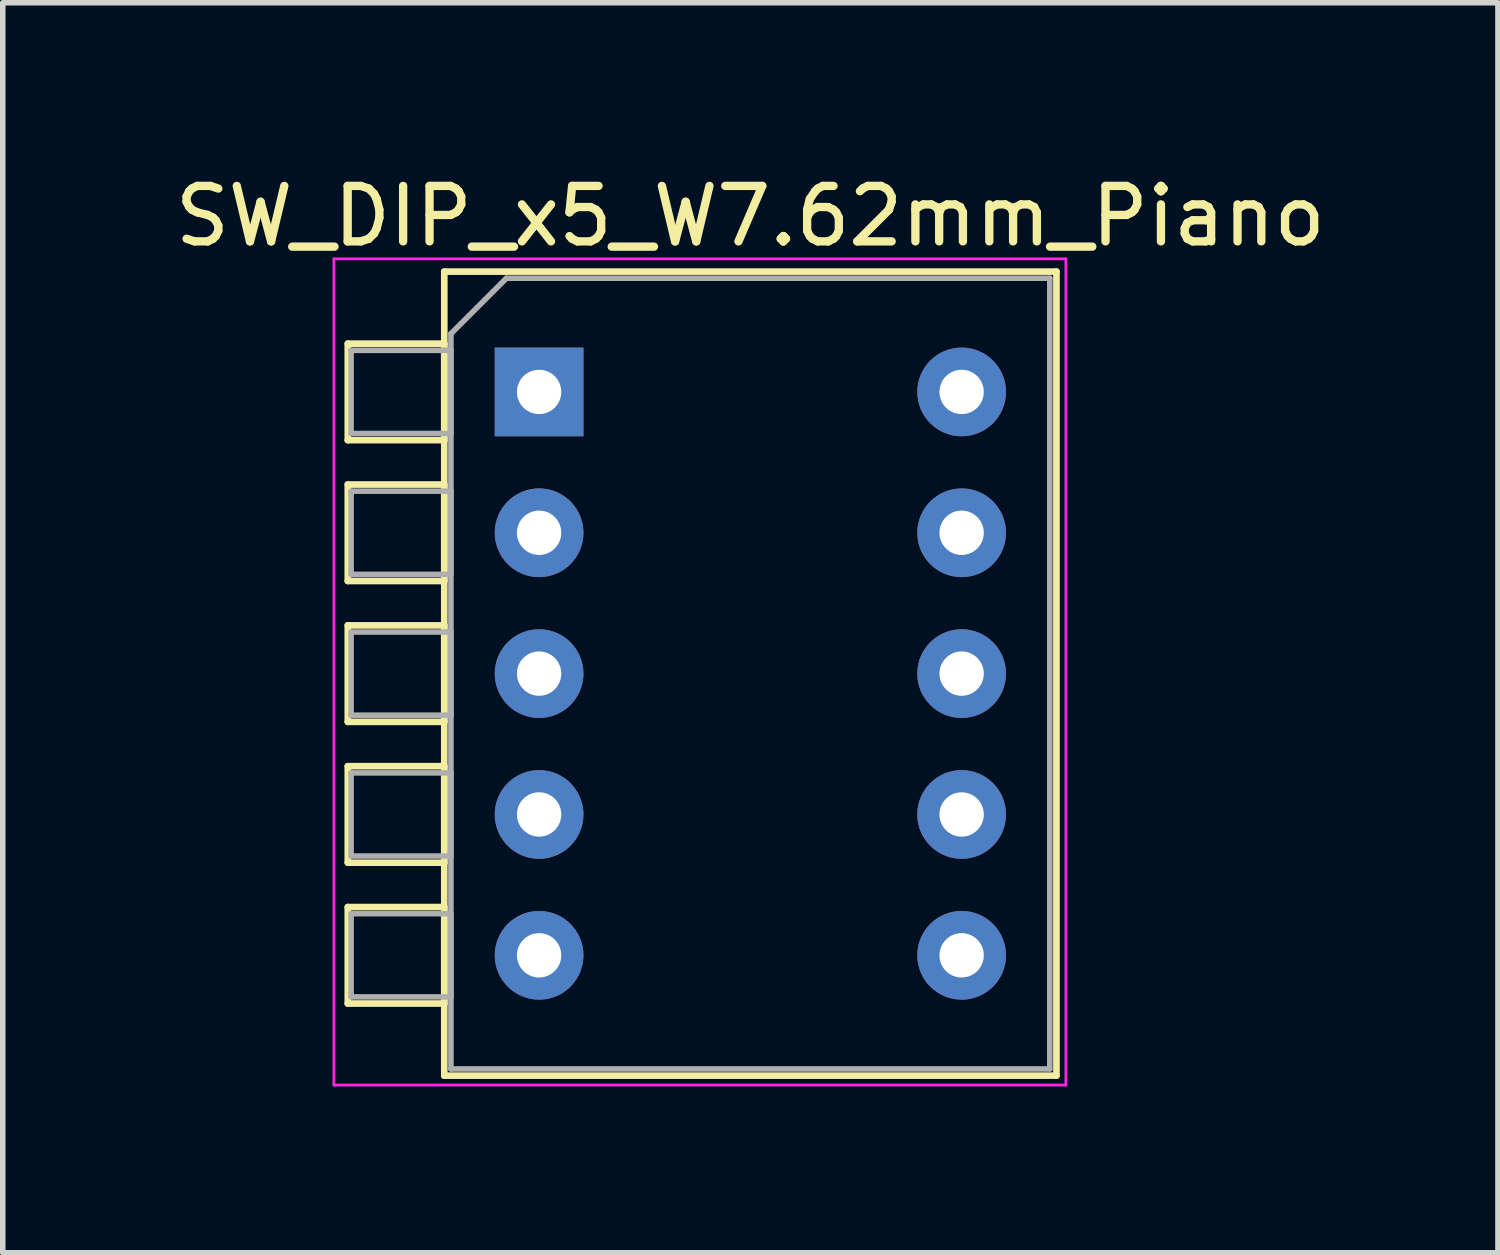
<source format=kicad_pcb>
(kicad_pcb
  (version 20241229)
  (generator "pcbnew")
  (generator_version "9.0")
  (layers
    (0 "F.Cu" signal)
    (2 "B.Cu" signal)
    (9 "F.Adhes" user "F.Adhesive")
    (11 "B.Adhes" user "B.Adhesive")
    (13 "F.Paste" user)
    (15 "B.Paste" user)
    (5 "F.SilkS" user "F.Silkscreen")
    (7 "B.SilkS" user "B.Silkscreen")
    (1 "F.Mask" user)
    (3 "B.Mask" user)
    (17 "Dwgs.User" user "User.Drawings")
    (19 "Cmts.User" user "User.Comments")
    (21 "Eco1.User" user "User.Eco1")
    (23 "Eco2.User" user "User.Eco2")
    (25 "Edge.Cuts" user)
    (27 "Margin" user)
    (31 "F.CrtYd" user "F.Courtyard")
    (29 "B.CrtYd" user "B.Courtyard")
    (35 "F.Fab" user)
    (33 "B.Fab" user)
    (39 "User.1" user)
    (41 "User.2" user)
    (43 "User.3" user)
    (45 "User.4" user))
  (footprint "SW_DIP_x5_W7.62mm_Piano"
    (layer "F.Cu")
    (at 6.672 4.018)
    (property "Reference" "SW_DIP_x5_W7.62mm_Piano" (at 3.81 -3.17 0) (layer "F.SilkS") (effects (font (size 1 1) (thickness 0.15))))
    (attr through_hole)
    (fp_line (start -3.45 -0.87) (end -3.45 0.87) (stroke (width 0.12) (type solid)) (layer "F.SilkS"))
    (fp_line (start -3.45 0.87) (end -1.71 0.87) (stroke (width 0.12) (type solid)) (layer "F.SilkS"))
    (fp_line (start -3.45 1.67) (end -3.45 3.41) (stroke (width 0.12) (type solid)) (layer "F.SilkS"))
    (fp_line (start -3.45 3.41) (end -1.71 3.41) (stroke (width 0.12) (type solid)) (layer "F.SilkS"))
    (fp_line (start -3.45 4.21) (end -3.45 5.95) (stroke (width 0.12) (type solid)) (layer "F.SilkS"))
    (fp_line (start -3.45 5.95) (end -1.71 5.95) (stroke (width 0.12) (type solid)) (layer "F.SilkS"))
    (fp_line (start -3.45 6.75) (end -3.45 8.49) (stroke (width 0.12) (type solid)) (layer "F.SilkS"))
    (fp_line (start -3.45 8.49) (end -1.71 8.49) (stroke (width 0.12) (type solid)) (layer "F.SilkS"))
    (fp_line (start -3.45 9.29) (end -3.45 11.03) (stroke (width 0.12) (type solid)) (layer "F.SilkS"))
    (fp_line (start -3.45 11.03) (end -1.71 11.03) (stroke (width 0.12) (type solid)) (layer "F.SilkS"))
    (fp_line (start -1.71 -2.17) (end 9.33 -2.17) (stroke (width 0.12) (type solid)) (layer "F.SilkS"))
    (fp_line (start -1.71 -0.87) (end -3.45 -0.87) (stroke (width 0.12) (type solid)) (layer "F.SilkS"))
    (fp_line (start -1.71 0.87) (end -1.71 -0.87) (stroke (width 0.12) (type solid)) (layer "F.SilkS"))
    (fp_line (start -1.71 1.67) (end -3.45 1.67) (stroke (width 0.12) (type solid)) (layer "F.SilkS"))
    (fp_line (start -1.71 3.41) (end -1.71 1.67) (stroke (width 0.12) (type solid)) (layer "F.SilkS"))
    (fp_line (start -1.71 4.21) (end -3.45 4.21) (stroke (width 0.12) (type solid)) (layer "F.SilkS"))
    (fp_line (start -1.71 5.95) (end -1.71 4.21) (stroke (width 0.12) (type solid)) (layer "F.SilkS"))
    (fp_line (start -1.71 6.75) (end -3.45 6.75) (stroke (width 0.12) (type solid)) (layer "F.SilkS"))
    (fp_line (start -1.71 8.49) (end -1.71 6.75) (stroke (width 0.12) (type solid)) (layer "F.SilkS"))
    (fp_line (start -1.71 9.29) (end -3.45 9.29) (stroke (width 0.12) (type solid)) (layer "F.SilkS"))
    (fp_line (start -1.71 11.03) (end -1.71 9.29) (stroke (width 0.12) (type solid)) (layer "F.SilkS"))
    (fp_line (start -1.71 12.33) (end -1.71 -2.17) (stroke (width 0.12) (type solid)) (layer "F.SilkS"))
    (fp_line (start 9.33 -2.17) (end 9.33 12.33) (stroke (width 0.12) (type solid)) (layer "F.SilkS"))
    (fp_line (start 9.33 12.33) (end -1.71 12.33) (stroke (width 0.12) (type solid)) (layer "F.SilkS"))
    (fp_line (start -3.7 -2.4) (end -3.7 12.5) (stroke (width 0.05) (type solid)) (layer "F.CrtYd"))
    (fp_line (start -3.7 12.5) (end 9.5 12.5) (stroke (width 0.05) (type solid)) (layer "F.CrtYd"))
    (fp_line (start 9.5 -2.4) (end -3.7 -2.4) (stroke (width 0.05) (type solid)) (layer "F.CrtYd"))
    (fp_line (start 9.5 12.5) (end 9.5 -2.4) (stroke (width 0.05) (type solid)) (layer "F.CrtYd"))
    (fp_line (start -3.39 -0.75) (end -1.59 -0.75) (stroke (width 0.1) (type solid)) (layer "F.Fab"))
    (fp_line (start -3.39 0.75) (end -3.39 -0.75) (stroke (width 0.1) (type solid)) (layer "F.Fab"))
    (fp_line (start -3.39 1.79) (end -1.59 1.79) (stroke (width 0.1) (type solid)) (layer "F.Fab"))
    (fp_line (start -3.39 3.29) (end -3.39 1.79) (stroke (width 0.1) (type solid)) (layer "F.Fab"))
    (fp_line (start -3.39 4.33) (end -1.59 4.33) (stroke (width 0.1) (type solid)) (layer "F.Fab"))
    (fp_line (start -3.39 5.83) (end -3.39 4.33) (stroke (width 0.1) (type solid)) (layer "F.Fab"))
    (fp_line (start -3.39 6.87) (end -1.59 6.87) (stroke (width 0.1) (type solid)) (layer "F.Fab"))
    (fp_line (start -3.39 8.37) (end -3.39 6.87) (stroke (width 0.1) (type solid)) (layer "F.Fab"))
    (fp_line (start -3.39 9.41) (end -1.59 9.41) (stroke (width 0.1) (type solid)) (layer "F.Fab"))
    (fp_line (start -3.39 10.91) (end -3.39 9.41) (stroke (width 0.1) (type solid)) (layer "F.Fab"))
    (fp_line (start -1.59 -1.05) (end -0.59 -2.05) (stroke (width 0.1) (type solid)) (layer "F.Fab"))
    (fp_line (start -1.59 -0.75) (end -1.59 0.75) (stroke (width 0.1) (type solid)) (layer "F.Fab"))
    (fp_line (start -1.59 0.75) (end -3.39 0.75) (stroke (width 0.1) (type solid)) (layer "F.Fab"))
    (fp_line (start -1.59 1.79) (end -1.59 3.29) (stroke (width 0.1) (type solid)) (layer "F.Fab"))
    (fp_line (start -1.59 3.29) (end -3.39 3.29) (stroke (width 0.1) (type solid)) (layer "F.Fab"))
    (fp_line (start -1.59 4.33) (end -1.59 5.83) (stroke (width 0.1) (type solid)) (layer "F.Fab"))
    (fp_line (start -1.59 5.83) (end -3.39 5.83) (stroke (width 0.1) (type solid)) (layer "F.Fab"))
    (fp_line (start -1.59 6.87) (end -1.59 8.37) (stroke (width 0.1) (type solid)) (layer "F.Fab"))
    (fp_line (start -1.59 8.37) (end -3.39 8.37) (stroke (width 0.1) (type solid)) (layer "F.Fab"))
    (fp_line (start -1.59 9.41) (end -1.59 10.91) (stroke (width 0.1) (type solid)) (layer "F.Fab"))
    (fp_line (start -1.59 10.91) (end -3.39 10.91) (stroke (width 0.1) (type solid)) (layer "F.Fab"))
    (fp_line (start -1.59 12.21) (end -1.59 -1.05) (stroke (width 0.1) (type solid)) (layer "F.Fab"))
    (fp_line (start -0.59 -2.05) (end 9.21 -2.05) (stroke (width 0.1) (type solid)) (layer "F.Fab"))
    (fp_line (start 9.21 -2.05) (end 9.21 12.21) (stroke (width 0.1) (type solid)) (layer "F.Fab"))
    (fp_line (start 9.21 12.21) (end -1.59 12.21) (stroke (width 0.1) (type solid)) (layer "F.Fab"))
    (pad "1" thru_hole rect (at 0 0) (size 1.6 1.6) (drill 0.8) (layers "*.Cu" "*.Mask"))
    (pad "2" thru_hole oval (at 0 2.54) (size 1.6 1.6) (drill 0.8) (layers "*.Cu" "*.Mask"))
    (pad "3" thru_hole oval (at 0 5.08) (size 1.6 1.6) (drill 0.8) (layers "*.Cu" "*.Mask"))
    (pad "4" thru_hole oval (at 0 7.62) (size 1.6 1.6) (drill 0.8) (layers "*.Cu" "*.Mask"))
    (pad "5" thru_hole oval (at 0 10.16) (size 1.6 1.6) (drill 0.8) (layers "*.Cu" "*.Mask"))
    (pad "6" thru_hole oval (at 7.62 10.16) (size 1.6 1.6) (drill 0.8) (layers "*.Cu" "*.Mask"))
    (pad "7" thru_hole oval (at 7.62 7.62) (size 1.6 1.6) (drill 0.8) (layers "*.Cu" "*.Mask"))
    (pad "8" thru_hole oval (at 7.62 5.08) (size 1.6 1.6) (drill 0.8) (layers "*.Cu" "*.Mask"))
    (pad "9" thru_hole oval (at 7.62 2.54) (size 1.6 1.6) (drill 0.8) (layers "*.Cu" "*.Mask"))
    (pad "10" thru_hole oval (at 7.62 0) (size 1.6 1.6) (drill 0.8) (layers "*.Cu" "*.Mask")))
  (gr_rect
    (start -3 -3)
    (end 23.964 19.543)
    (stroke (width 0.1) (type default))
    (fill no)
    (layer "Edge.Cuts")))
</source>
